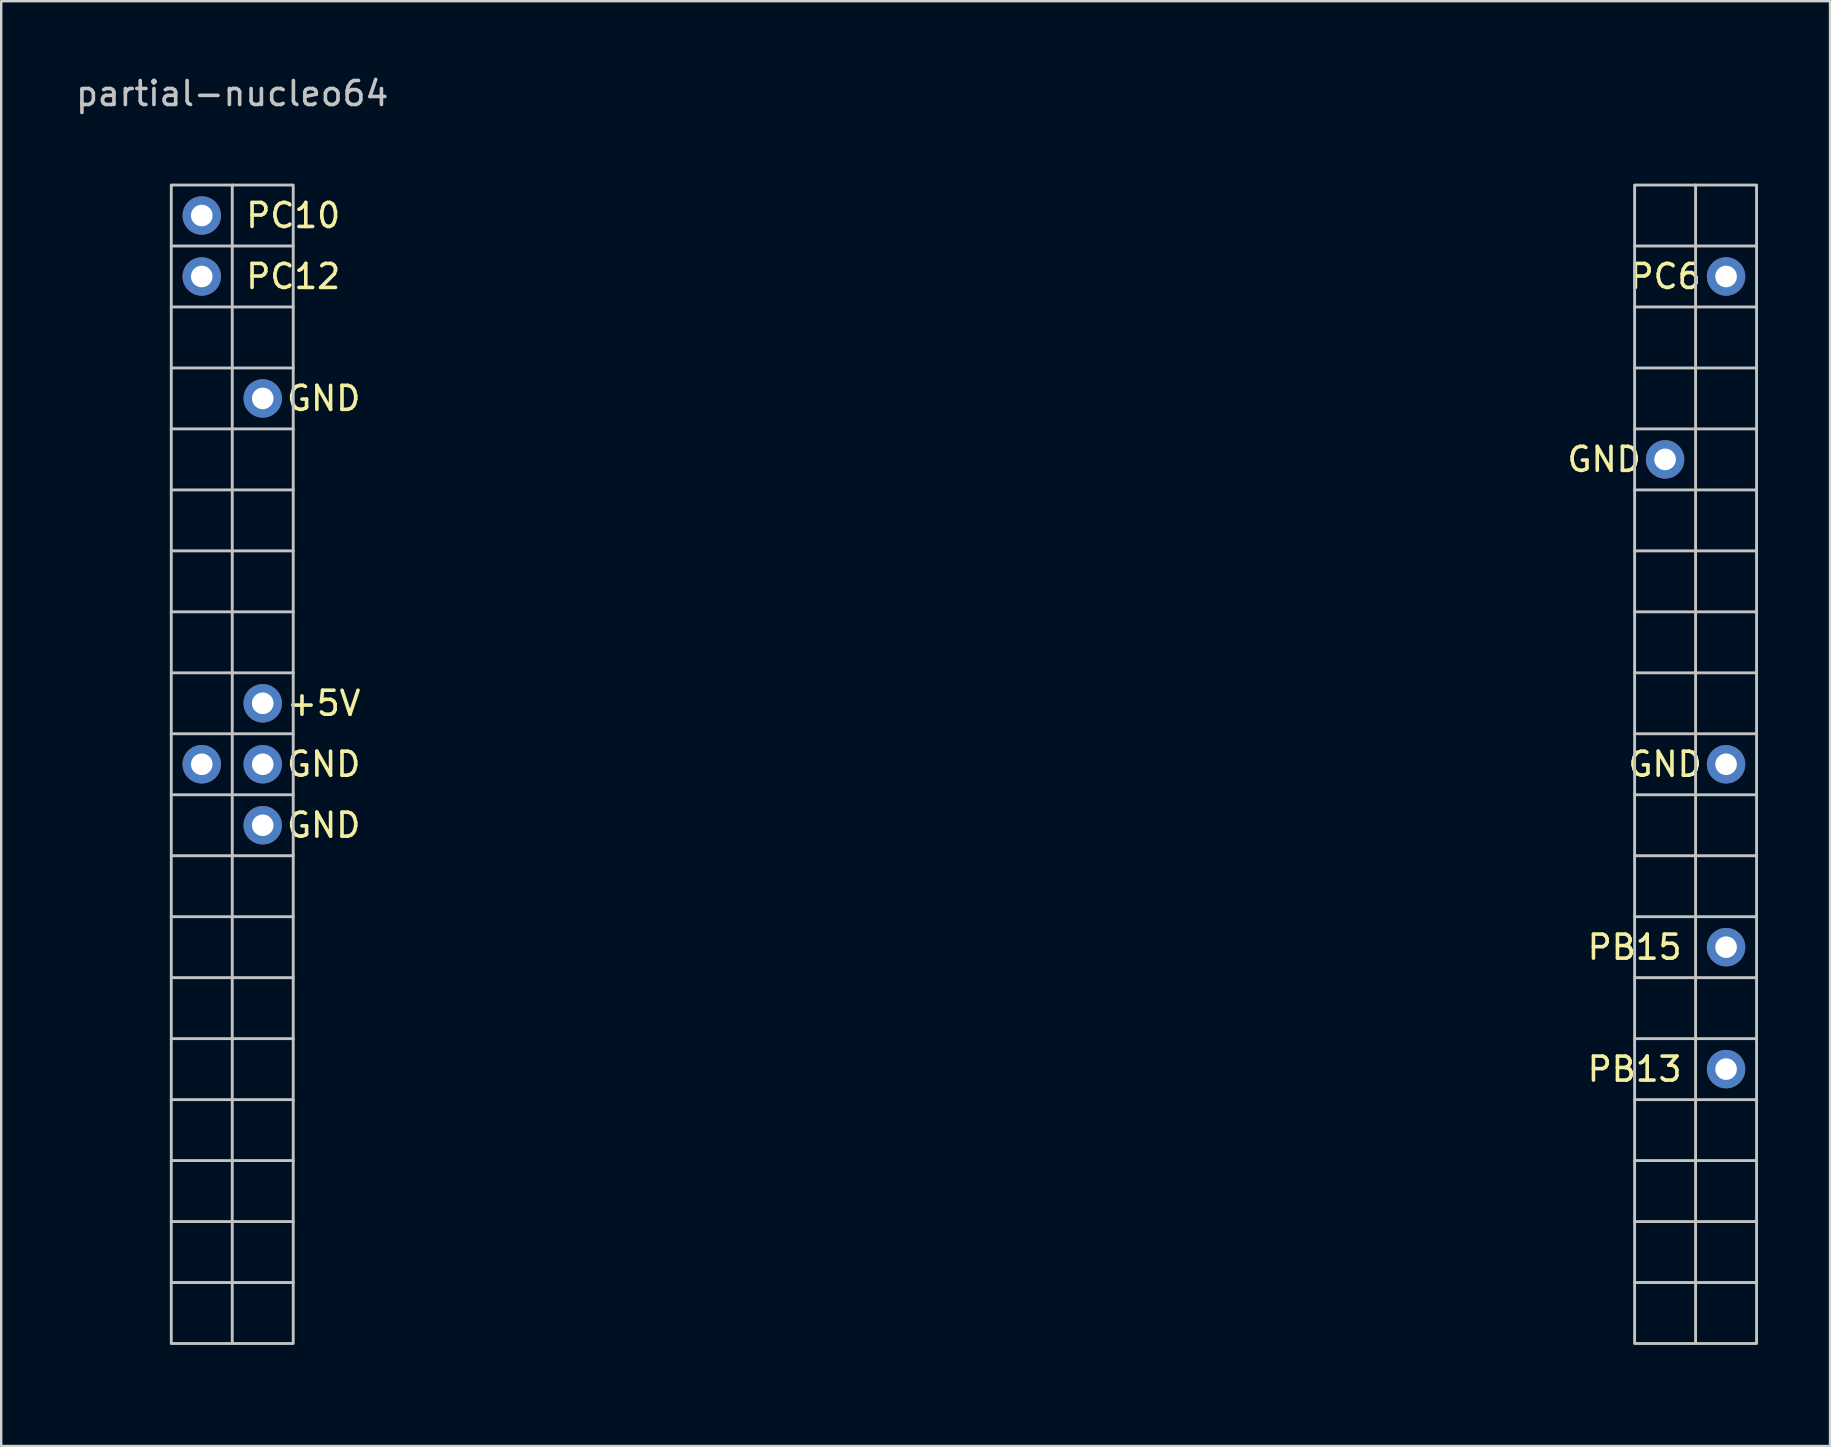
<source format=kicad_pcb>
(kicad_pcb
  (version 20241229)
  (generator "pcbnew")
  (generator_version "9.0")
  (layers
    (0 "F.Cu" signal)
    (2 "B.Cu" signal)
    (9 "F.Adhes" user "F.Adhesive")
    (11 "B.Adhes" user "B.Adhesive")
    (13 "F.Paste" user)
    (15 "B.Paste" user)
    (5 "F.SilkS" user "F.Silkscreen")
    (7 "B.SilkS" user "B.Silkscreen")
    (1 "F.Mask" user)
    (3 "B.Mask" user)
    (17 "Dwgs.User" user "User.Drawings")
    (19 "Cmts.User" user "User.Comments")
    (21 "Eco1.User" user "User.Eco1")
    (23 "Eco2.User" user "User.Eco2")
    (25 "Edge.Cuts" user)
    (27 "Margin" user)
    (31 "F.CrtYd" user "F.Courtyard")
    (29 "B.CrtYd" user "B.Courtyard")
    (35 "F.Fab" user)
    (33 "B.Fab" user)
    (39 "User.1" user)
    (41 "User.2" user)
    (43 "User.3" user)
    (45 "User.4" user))
  (footprint "partial-nucleo64"
    (layer "F.Cu")
    (at 37.105 52.918)
    (property "Reference" "partial-nucleo64" (at -30.48 -52.07 0) (unlocked yes) (layer "Dwgs.User") (effects (font (size 1 1) (thickness 0.15))))
    (attr through_hole)
    (fp_line (start -33.02 -45.72) (end -27.94 -45.72) (stroke (width 0.12) (type solid)) (layer "Dwgs.User"))
    (fp_line (start -33.02 -43.18) (end -27.94 -43.18) (stroke (width 0.12) (type solid)) (layer "Dwgs.User"))
    (fp_line (start -33.02 -40.64) (end -27.94 -40.64) (stroke (width 0.12) (type solid)) (layer "Dwgs.User"))
    (fp_line (start -33.02 -38.1) (end -27.94 -38.1) (stroke (width 0.12) (type solid)) (layer "Dwgs.User"))
    (fp_line (start -33.02 -35.56) (end -27.94 -35.56) (stroke (width 0.12) (type solid)) (layer "Dwgs.User"))
    (fp_line (start -33.02 -33.02) (end -27.94 -33.02) (stroke (width 0.12) (type solid)) (layer "Dwgs.User"))
    (fp_line (start -33.02 -30.48) (end -27.94 -30.48) (stroke (width 0.12) (type solid)) (layer "Dwgs.User"))
    (fp_line (start -33.02 -27.94) (end -27.94 -27.94) (stroke (width 0.12) (type solid)) (layer "Dwgs.User"))
    (fp_line (start -33.02 -25.4) (end -27.94 -25.4) (stroke (width 0.12) (type solid)) (layer "Dwgs.User"))
    (fp_line (start -33.02 -22.86) (end -27.94 -22.86) (stroke (width 0.12) (type solid)) (layer "Dwgs.User"))
    (fp_line (start -33.02 -20.32) (end -27.94 -20.32) (stroke (width 0.12) (type solid)) (layer "Dwgs.User"))
    (fp_line (start -33.02 -17.78) (end -27.94 -17.78) (stroke (width 0.12) (type solid)) (layer "Dwgs.User"))
    (fp_line (start -33.02 -15.24) (end -27.94 -15.24) (stroke (width 0.12) (type solid)) (layer "Dwgs.User"))
    (fp_line (start -33.02 -12.7) (end -27.94 -12.7) (stroke (width 0.12) (type solid)) (layer "Dwgs.User"))
    (fp_line (start -33.02 -10.16) (end -27.94 -10.16) (stroke (width 0.12) (type solid)) (layer "Dwgs.User"))
    (fp_line (start -33.02 -7.62) (end -27.94 -7.62) (stroke (width 0.12) (type solid)) (layer "Dwgs.User"))
    (fp_line (start -33.02 -5.08) (end -27.94 -5.08) (stroke (width 0.12) (type solid)) (layer "Dwgs.User"))
    (fp_line (start -33.02 -2.54) (end -27.94 -2.54) (stroke (width 0.12) (type solid)) (layer "Dwgs.User"))
    (fp_line (start -30.48 0) (end -30.48 -48.26) (stroke (width 0.12) (type solid)) (layer "Dwgs.User"))
    (fp_line (start 27.94 -45.72) (end 33.02 -45.72) (stroke (width 0.12) (type solid)) (layer "Dwgs.User"))
    (fp_line (start 27.94 -43.18) (end 33.02 -43.18) (stroke (width 0.12) (type solid)) (layer "Dwgs.User"))
    (fp_line (start 27.94 -40.64) (end 33.02 -40.64) (stroke (width 0.12) (type solid)) (layer "Dwgs.User"))
    (fp_line (start 27.94 -38.1) (end 33.02 -38.1) (stroke (width 0.12) (type solid)) (layer "Dwgs.User"))
    (fp_line (start 27.94 -35.56) (end 33.02 -35.56) (stroke (width 0.12) (type solid)) (layer "Dwgs.User"))
    (fp_line (start 27.94 -33.02) (end 33.02 -33.02) (stroke (width 0.12) (type solid)) (layer "Dwgs.User"))
    (fp_line (start 27.94 -30.48) (end 33.02 -30.48) (stroke (width 0.12) (type solid)) (layer "Dwgs.User"))
    (fp_line (start 27.94 -27.94) (end 33.02 -27.94) (stroke (width 0.12) (type solid)) (layer "Dwgs.User"))
    (fp_line (start 27.94 -25.4) (end 33.02 -25.4) (stroke (width 0.12) (type solid)) (layer "Dwgs.User"))
    (fp_line (start 27.94 -22.86) (end 33.02 -22.86) (stroke (width 0.12) (type solid)) (layer "Dwgs.User"))
    (fp_line (start 27.94 -20.32) (end 33.02 -20.32) (stroke (width 0.12) (type solid)) (layer "Dwgs.User"))
    (fp_line (start 27.94 -17.78) (end 33.02 -17.78) (stroke (width 0.12) (type solid)) (layer "Dwgs.User"))
    (fp_line (start 27.94 -15.24) (end 33.02 -15.24) (stroke (width 0.12) (type solid)) (layer "Dwgs.User"))
    (fp_line (start 27.94 -12.7) (end 33.02 -12.7) (stroke (width 0.12) (type solid)) (layer "Dwgs.User"))
    (fp_line (start 27.94 -10.16) (end 33.02 -10.16) (stroke (width 0.12) (type solid)) (layer "Dwgs.User"))
    (fp_line (start 27.94 -7.62) (end 33.02 -7.62) (stroke (width 0.12) (type solid)) (layer "Dwgs.User"))
    (fp_line (start 27.94 -5.08) (end 33.02 -5.08) (stroke (width 0.12) (type solid)) (layer "Dwgs.User"))
    (fp_line (start 27.94 -2.54) (end 33.02 -2.54) (stroke (width 0.12) (type solid)) (layer "Dwgs.User"))
    (fp_line (start 30.48 0) (end 30.48 -48.26) (stroke (width 0.12) (type solid)) (layer "Dwgs.User"))
    (fp_rect (start -27.94 -48.26) (end -33.02 0) (stroke (width 0.12) (type solid)) (fill no) (layer "Dwgs.User"))
    (fp_rect (start 33.02 -48.26) (end 27.94 0) (stroke (width 0.12) (type solid)) (fill no) (layer "Dwgs.User"))
    (fp_text user "PC6" (at 29.21 -44.45 0) (unlocked yes) (layer "F.SilkS") (effects (font (size 1 1) (thickness 0.15))))
    (fp_text user "GND" (at -26.67 -24.13 0) (unlocked yes) (layer "F.SilkS") (effects (font (size 1 1) (thickness 0.15))))
    (fp_text user "GND" (at -26.67 -21.59 0) (unlocked yes) (layer "F.SilkS") (effects (font (size 1 1) (thickness 0.15))))
    (fp_text user "PB15" (at 27.94 -16.51 0) (unlocked yes) (layer "F.SilkS") (effects (font (size 1 1) (thickness 0.15))))
    (fp_text user "GND" (at -26.67 -39.37 0) (unlocked yes) (layer "F.SilkS") (effects (font (size 1 1) (thickness 0.15))))
    (fp_text user "GND" (at 29.21 -24.13 0) (unlocked yes) (layer "F.SilkS") (effects (font (size 1 1) (thickness 0.15))))
    (fp_text user "+5V" (at -26.67 -26.67 0) (unlocked yes) (layer "F.SilkS") (effects (font (size 1 1) (thickness 0.15))))
    (fp_text user "PC12" (at -27.94 -44.45 0) (unlocked yes) (layer "F.SilkS") (effects (font (size 1 1) (thickness 0.15))))
    (fp_text user "GND" (at 26.67 -36.83 0) (unlocked yes) (layer "F.SilkS") (effects (font (size 1 1) (thickness 0.15))))
    (fp_text user "PC10" (at -27.94 -46.99 0) (unlocked yes) (layer "F.SilkS") (effects (font (size 1 1) (thickness 0.15))))
    (fp_text user "PB13" (at 27.94 -11.43 0) (unlocked yes) (layer "F.SilkS") (effects (font (size 1 1) (thickness 0.15))))
    (pad "+5V" thru_hole circle (at -29.21 -26.67 90) (size 1.6 1.6) (drill 0.9) (layers "*.Cu" "*.Mask"))
    (pad "GND" thru_hole circle (at -31.75 -24.13 90) (size 1.6 1.6) (drill 0.9) (layers "*.Cu" "*.Mask"))
    (pad "GND" thru_hole circle (at -29.21 -39.37 90) (size 1.6 1.6) (drill 0.9) (layers "*.Cu" "*.Mask"))
    (pad "GND" thru_hole circle (at -29.21 -24.13 90) (size 1.6 1.6) (drill 0.9) (layers "*.Cu" "*.Mask"))
    (pad "GND" thru_hole circle (at -29.21 -21.59 90) (size 1.6 1.6) (drill 0.9) (layers "*.Cu" "*.Mask"))
    (pad "GND" thru_hole circle (at 29.21 -36.83 90) (size 1.6 1.6) (drill 0.9) (layers "*.Cu" "*.Mask"))
    (pad "GND" thru_hole circle (at 31.75 -24.13 90) (size 1.6 1.6) (drill 0.9) (layers "*.Cu" "*.Mask"))
    (pad "PB13" thru_hole circle (at 31.75 -11.43 90) (size 1.6 1.6) (drill 0.9) (layers "*.Cu" "*.Mask"))
    (pad "PB15" thru_hole circle (at 31.75 -16.51 90) (size 1.6 1.6) (drill 0.9) (layers "*.Cu" "*.Mask"))
    (pad "PC6" thru_hole circle (at 31.75 -44.45 90) (size 1.6 1.6) (drill 0.9) (layers "*.Cu" "*.Mask"))
    (pad "PC10" thru_hole circle (at -31.75 -46.99 90) (size 1.6 1.6) (drill 0.9) (layers "*.Cu" "*.Mask"))
    (pad "PC12" thru_hole circle (at -31.75 -44.45 90) (size 1.6 1.6) (drill 0.9) (layers "*.Cu" "*.Mask"))
    (zone (net_name "") (layers "B.Cu" "B.CrtYd") (hatch edge 0.508) (connect_pads) (min_thickness 0.254) (filled_areas_thickness no) (keepout (tracks allowed) (vias allowed) (pads allowed) (copperpour allowed) (footprints not_allowed)) (placement (enabled no)) (fill) (polygon (pts (xy 70.125 54.188) (xy 4.085 54.188) (xy 4.085 0.848) (xy 70.125 0.848)))))
  (gr_rect
    (start -3 -3)
    (end 73.185 57.188)
    (stroke (width 0.1) (type default))
    (fill no)
    (layer "Edge.Cuts")))
</source>
